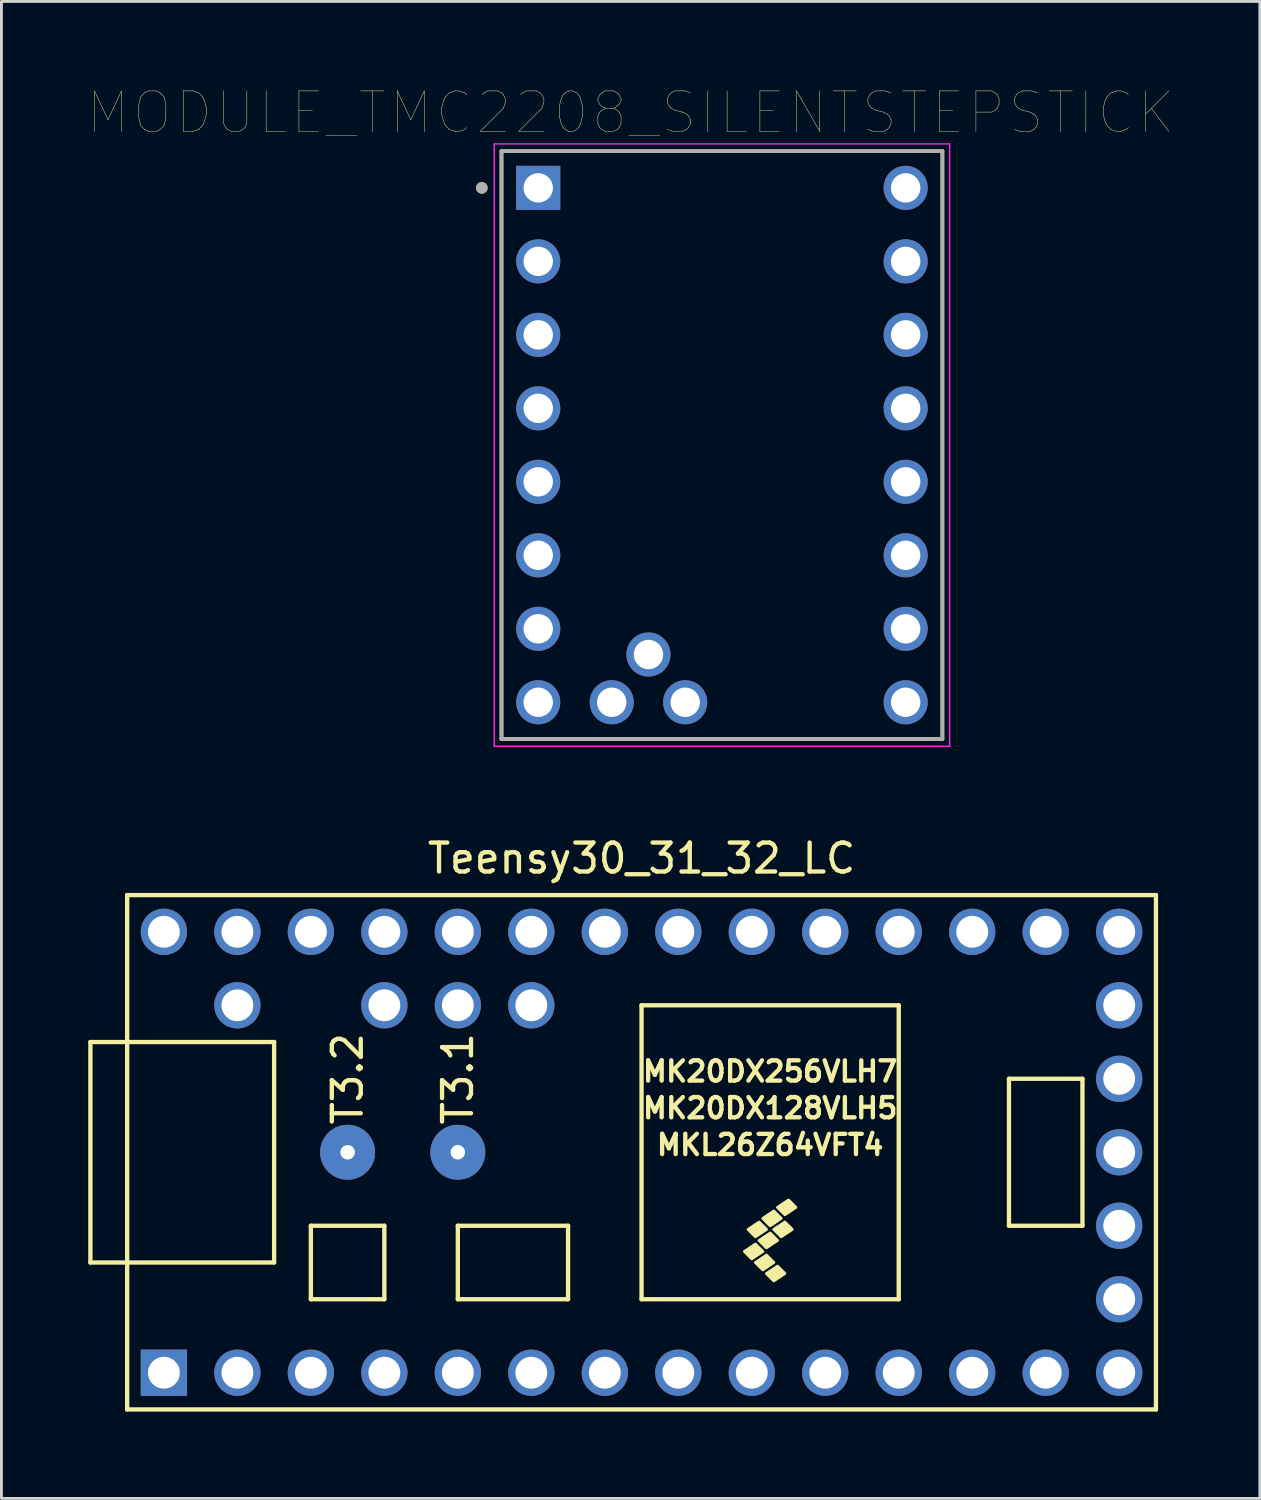
<source format=kicad_pcb>
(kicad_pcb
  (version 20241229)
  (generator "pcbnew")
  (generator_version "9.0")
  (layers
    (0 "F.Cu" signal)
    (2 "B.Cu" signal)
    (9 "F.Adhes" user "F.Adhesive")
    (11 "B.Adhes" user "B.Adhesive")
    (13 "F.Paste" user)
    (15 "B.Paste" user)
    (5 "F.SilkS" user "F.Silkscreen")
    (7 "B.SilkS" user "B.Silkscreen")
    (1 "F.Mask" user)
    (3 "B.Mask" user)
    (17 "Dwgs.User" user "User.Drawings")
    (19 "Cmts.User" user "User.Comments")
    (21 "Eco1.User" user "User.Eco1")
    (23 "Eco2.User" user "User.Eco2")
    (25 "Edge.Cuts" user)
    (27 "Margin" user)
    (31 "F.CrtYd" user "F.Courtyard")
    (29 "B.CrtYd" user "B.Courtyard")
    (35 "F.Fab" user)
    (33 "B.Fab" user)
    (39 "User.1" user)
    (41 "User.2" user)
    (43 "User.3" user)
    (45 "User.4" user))
  (footprint "MODULE_TMC2208_SILENTSTEPSTICK"
    (layer "F.Cu")
    (at 21.904 12.334)
    (property "Reference" "MODULE_TMC2208_SILENTSTEPSTICK" (at -3.155 -11.489 0) (layer "F.SilkS") (effects (font (size 1.4 1.4) (thickness 0.015))))
    (attr through_hole)
    (fp_line (start -7.62 -10.16) (end -7.62 10.16) (stroke (width 0.127) (type solid)) (layer "F.SilkS"))
    (fp_line (start -7.62 10.16) (end 7.62 10.16) (stroke (width 0.127) (type solid)) (layer "F.SilkS"))
    (fp_line (start 7.62 -10.16) (end -7.62 -10.16) (stroke (width 0.127) (type solid)) (layer "F.SilkS"))
    (fp_line (start 7.62 10.16) (end 7.62 -10.16) (stroke (width 0.127) (type solid)) (layer "F.SilkS"))
    (fp_circle (center -8.3 -8.89) (end -8.2 -8.89) (stroke (width 0.2) (type solid)) (fill no) (layer "F.SilkS"))
    (fp_line (start -7.87 -10.41) (end -7.87 10.41) (stroke (width 0.05) (type solid)) (layer "F.CrtYd"))
    (fp_line (start -7.87 -10.41) (end 7.87 -10.41) (stroke (width 0.05) (type solid)) (layer "F.CrtYd"))
    (fp_line (start -7.87 10.41) (end 7.87 10.41) (stroke (width 0.05) (type solid)) (layer "F.CrtYd"))
    (fp_line (start 7.87 -10.41) (end 7.87 10.41) (stroke (width 0.05) (type solid)) (layer "F.CrtYd"))
    (fp_line (start -7.62 -10.16) (end -7.62 10.16) (stroke (width 0.127) (type solid)) (layer "F.Fab"))
    (fp_line (start -7.62 10.16) (end 7.62 10.16) (stroke (width 0.127) (type solid)) (layer "F.Fab"))
    (fp_line (start 7.62 -10.16) (end -7.62 -10.16) (stroke (width 0.127) (type solid)) (layer "F.Fab"))
    (fp_line (start 7.62 10.16) (end 7.62 -10.16) (stroke (width 0.127) (type solid)) (layer "F.Fab"))
    (fp_circle (center -8.3 -8.89) (end -8.2 -8.89) (stroke (width 0.2) (type solid)) (fill no) (layer "F.Fab"))
    (pad "JP1_1" thru_hole rect (at -6.35 -8.89) (size 1.524 1.524) (drill 1.016) (layers "*.Cu" "*.Mask"))
    (pad "JP1_2" thru_hole circle (at -6.35 -6.35) (size 1.524 1.524) (drill 1.016) (layers "*.Cu" "*.Mask"))
    (pad "JP1_3" thru_hole circle (at -6.35 -3.81) (size 1.524 1.524) (drill 1.016) (layers "*.Cu" "*.Mask"))
    (pad "JP1_4" thru_hole circle (at -6.35 -1.27) (size 1.524 1.524) (drill 1.016) (layers "*.Cu" "*.Mask"))
    (pad "JP1_5" thru_hole circle (at -6.35 1.27) (size 1.524 1.524) (drill 1.016) (layers "*.Cu" "*.Mask"))
    (pad "JP1_6" thru_hole circle (at -6.35 3.81) (size 1.524 1.524) (drill 1.016) (layers "*.Cu" "*.Mask"))
    (pad "JP1_7" thru_hole circle (at -6.35 6.35) (size 1.524 1.524) (drill 1.016) (layers "*.Cu" "*.Mask"))
    (pad "JP1_8" thru_hole circle (at -6.35 8.89) (size 1.524 1.524) (drill 1.016) (layers "*.Cu" "*.Mask"))
    (pad "JP2_1" thru_hole circle (at 6.35 8.89) (size 1.524 1.524) (drill 1.016) (layers "*.Cu" "*.Mask"))
    (pad "JP2_2" thru_hole circle (at 6.35 6.35) (size 1.524 1.524) (drill 1.016) (layers "*.Cu" "*.Mask"))
    (pad "JP2_3" thru_hole circle (at 6.35 3.81) (size 1.524 1.524) (drill 1.016) (layers "*.Cu" "*.Mask"))
    (pad "JP2_4" thru_hole circle (at 6.35 1.27) (size 1.524 1.524) (drill 1.016) (layers "*.Cu" "*.Mask"))
    (pad "JP2_5" thru_hole circle (at 6.35 -1.27) (size 1.524 1.524) (drill 1.016) (layers "*.Cu" "*.Mask"))
    (pad "JP2_6" thru_hole circle (at 6.35 -3.81) (size 1.524 1.524) (drill 1.016) (layers "*.Cu" "*.Mask"))
    (pad "JP2_7" thru_hole circle (at 6.35 -6.35) (size 1.524 1.524) (drill 1.016) (layers "*.Cu" "*.Mask"))
    (pad "JP2_8" thru_hole circle (at 6.35 -8.89) (size 1.524 1.524) (drill 1.016) (layers "*.Cu" "*.Mask"))
    (pad "JP3_1" thru_hole circle (at -2.54 7.239) (size 1.524 1.524) (drill 1.016) (layers "*.Cu" "*.Mask"))
    (pad "JP4_1" thru_hole circle (at -1.27 8.89) (size 1.524 1.524) (drill 1.016) (layers "*.Cu" "*.Mask"))
    (pad "JP5_1" thru_hole circle (at -3.81 8.89) (size 1.524 1.524) (drill 1.016) (layers "*.Cu" "*.Mask")))
  (footprint "Teensy30_31_32_LC"
    (layer "F.Cu")
    (at 19.125 36.778)
    (property "Reference" "Teensy30_31_32_LC" (at 0 -10.16 0) (layer "F.SilkS") (effects (font (size 1 1) (thickness 0.15))))
    (attr through_hole)
    (fp_line (start -19.05 -3.81) (end -17.78 -3.81) (stroke (width 0.15) (type solid)) (layer "F.SilkS"))
    (fp_line (start -19.05 3.81) (end -19.05 -3.81) (stroke (width 0.15) (type solid)) (layer "F.SilkS"))
    (fp_line (start -17.78 -8.89) (end 17.78 -8.89) (stroke (width 0.15) (type solid)) (layer "F.SilkS"))
    (fp_line (start -17.78 3.81) (end -19.05 3.81) (stroke (width 0.15) (type solid)) (layer "F.SilkS"))
    (fp_line (start -17.78 8.89) (end -17.78 -8.89) (stroke (width 0.15) (type solid)) (layer "F.SilkS"))
    (fp_line (start -12.7 -3.81) (end -17.78 -3.81) (stroke (width 0.15) (type solid)) (layer "F.SilkS"))
    (fp_line (start -12.7 3.81) (end -17.78 3.81) (stroke (width 0.15) (type solid)) (layer "F.SilkS"))
    (fp_line (start -12.7 3.81) (end -12.7 -3.81) (stroke (width 0.15) (type solid)) (layer "F.SilkS"))
    (fp_line (start -11.43 2.54) (end -11.43 5.08) (stroke (width 0.15) (type solid)) (layer "F.SilkS"))
    (fp_line (start -11.43 5.08) (end -8.89 5.08) (stroke (width 0.15) (type solid)) (layer "F.SilkS"))
    (fp_line (start -8.89 2.54) (end -11.43 2.54) (stroke (width 0.15) (type solid)) (layer "F.SilkS"))
    (fp_line (start -8.89 5.08) (end -8.89 2.54) (stroke (width 0.15) (type solid)) (layer "F.SilkS"))
    (fp_line (start -6.35 2.54) (end -6.35 5.08) (stroke (width 0.15) (type solid)) (layer "F.SilkS"))
    (fp_line (start -6.35 5.08) (end -2.54 5.08) (stroke (width 0.15) (type solid)) (layer "F.SilkS"))
    (fp_line (start -2.54 2.54) (end -6.35 2.54) (stroke (width 0.15) (type solid)) (layer "F.SilkS"))
    (fp_line (start -2.54 5.08) (end -2.54 2.54) (stroke (width 0.15) (type solid)) (layer "F.SilkS"))
    (fp_line (start 0 -5.08) (end 0 5.08) (stroke (width 0.15) (type solid)) (layer "F.SilkS"))
    (fp_line (start 8.89 -5.08) (end 0 -5.08) (stroke (width 0.15) (type solid)) (layer "F.SilkS"))
    (fp_line (start 8.89 5.08) (end 0 5.08) (stroke (width 0.15) (type solid)) (layer "F.SilkS"))
    (fp_line (start 8.89 5.08) (end 8.89 -5.08) (stroke (width 0.15) (type solid)) (layer "F.SilkS"))
    (fp_line (start 12.7 -2.54) (end 15.24 -2.54) (stroke (width 0.15) (type solid)) (layer "F.SilkS"))
    (fp_line (start 12.7 2.54) (end 12.7 -2.54) (stroke (width 0.15) (type solid)) (layer "F.SilkS"))
    (fp_line (start 15.24 -2.54) (end 15.24 2.54) (stroke (width 0.15) (type solid)) (layer "F.SilkS"))
    (fp_line (start 15.24 2.54) (end 12.7 2.54) (stroke (width 0.15) (type solid)) (layer "F.SilkS"))
    (fp_line (start 17.78 -8.89) (end 17.78 8.89) (stroke (width 0.15) (type solid)) (layer "F.SilkS"))
    (fp_line (start 17.78 8.89) (end -17.78 8.89) (stroke (width 0.15) (type solid)) (layer "F.SilkS"))
    (fp_poly (pts (xy 3.81 3.683) (xy 3.556 3.429) (xy 3.937 3.175) (xy 4.191 3.429)) (stroke (width 0.1) (type solid)) (fill yes) (layer "F.SilkS"))
    (fp_poly (pts (xy 3.937 2.921) (xy 3.683 2.667) (xy 4.064 2.413) (xy 4.318 2.667)) (stroke (width 0.1) (type solid)) (fill yes) (layer "F.SilkS"))
    (fp_poly (pts (xy 4.191 4.064) (xy 3.937 3.81) (xy 4.318 3.556) (xy 4.572 3.81)) (stroke (width 0.1) (type solid)) (fill yes) (layer "F.SilkS"))
    (fp_poly (pts (xy 4.318 3.302) (xy 4.064 3.048) (xy 4.445 2.794) (xy 4.699 3.048)) (stroke (width 0.1) (type solid)) (fill yes) (layer "F.SilkS"))
    (fp_poly (pts (xy 4.445 2.54) (xy 4.191 2.286) (xy 4.572 2.032) (xy 4.826 2.286)) (stroke (width 0.1) (type solid)) (fill yes) (layer "F.SilkS"))
    (fp_poly (pts (xy 4.572 4.445) (xy 4.318 4.191) (xy 4.699 3.937) (xy 4.953 4.191)) (stroke (width 0.1) (type solid)) (fill yes) (layer "F.SilkS"))
    (fp_poly (pts (xy 4.826 2.921) (xy 4.572 2.667) (xy 4.953 2.413) (xy 5.207 2.667)) (stroke (width 0.1) (type solid)) (fill yes) (layer "F.SilkS"))
    (fp_poly (pts (xy 4.953 2.159) (xy 4.699 1.905) (xy 5.08 1.651) (xy 5.334 1.905)) (stroke (width 0.1) (type solid)) (fill yes) (layer "F.SilkS"))
    (fp_text user "MK20DX128VLH5" (at 4.445 -1.524 0) (layer "F.SilkS") (effects (font (size 0.7 0.7) (thickness 0.15))))
    (fp_text user "MKL26Z64VFT4" (at 4.445 -0.254 0) (layer "F.SilkS") (effects (font (size 0.7 0.7) (thickness 0.15))))
    (fp_text user "T3.1" (at -6.35 -2.54 90) (layer "F.SilkS") (effects (font (size 1 1) (thickness 0.15))))
    (fp_text user "T3.2" (at -10.16 -2.54 90) (layer "F.SilkS") (effects (font (size 1 1) (thickness 0.15))))
    (fp_text user "MK20DX256VLH7" (at 4.445 -2.794 0) (layer "F.SilkS") (effects (font (size 0.7 0.7) (thickness 0.15))))
    (pad "1" thru_hole rect (at -16.51 7.62) (size 1.6 1.6) (drill 1.1) (layers "*.Cu" "*.Mask"))
    (pad "2" thru_hole circle (at -13.97 7.62) (size 1.6 1.6) (drill 1.1) (layers "*.Cu" "*.Mask"))
    (pad "3" thru_hole circle (at -11.43 7.62) (size 1.6 1.6) (drill 1.1) (layers "*.Cu" "*.Mask"))
    (pad "4" thru_hole circle (at -8.89 7.62) (size 1.6 1.6) (drill 1.1) (layers "*.Cu" "*.Mask"))
    (pad "5" thru_hole circle (at -6.35 7.62) (size 1.6 1.6) (drill 1.1) (layers "*.Cu" "*.Mask"))
    (pad "6" thru_hole circle (at -3.81 7.62) (size 1.6 1.6) (drill 1.1) (layers "*.Cu" "*.Mask"))
    (pad "7" thru_hole circle (at -1.27 7.62) (size 1.6 1.6) (drill 1.1) (layers "*.Cu" "*.Mask"))
    (pad "8" thru_hole circle (at 1.27 7.62) (size 1.6 1.6) (drill 1.1) (layers "*.Cu" "*.Mask"))
    (pad "9" thru_hole circle (at 3.81 7.62) (size 1.6 1.6) (drill 1.1) (layers "*.Cu" "*.Mask"))
    (pad "10" thru_hole circle (at 6.35 7.62) (size 1.6 1.6) (drill 1.1) (layers "*.Cu" "*.Mask"))
    (pad "11" thru_hole circle (at 8.89 7.62) (size 1.6 1.6) (drill 1.1) (layers "*.Cu" "*.Mask"))
    (pad "12" thru_hole circle (at 11.43 7.62) (size 1.6 1.6) (drill 1.1) (layers "*.Cu" "*.Mask"))
    (pad "13" thru_hole circle (at 13.97 7.62) (size 1.6 1.6) (drill 1.1) (layers "*.Cu" "*.Mask"))
    (pad "14" thru_hole circle (at 16.51 7.62) (size 1.6 1.6) (drill 1.1) (layers "*.Cu" "*.Mask"))
    (pad "15" thru_hole circle (at 16.51 5.08) (size 1.6 1.6) (drill 1.1) (layers "*.Cu" "*.Mask"))
    (pad "16" thru_hole circle (at 16.51 2.54) (size 1.6 1.6) (drill 1.1) (layers "*.Cu" "*.Mask"))
    (pad "17" thru_hole circle (at 16.51 0) (size 1.6 1.6) (drill 1.1) (layers "*.Cu" "*.Mask"))
    (pad "18" thru_hole circle (at 16.51 -2.54) (size 1.6 1.6) (drill 1.1) (layers "*.Cu" "*.Mask"))
    (pad "19" thru_hole circle (at 16.51 -5.08) (size 1.6 1.6) (drill 1.1) (layers "*.Cu" "*.Mask"))
    (pad "20" thru_hole circle (at 16.51 -7.62) (size 1.6 1.6) (drill 1.1) (layers "*.Cu" "*.Mask"))
    (pad "21" thru_hole circle (at 13.97 -7.62) (size 1.6 1.6) (drill 1.1) (layers "*.Cu" "*.Mask"))
    (pad "22" thru_hole circle (at 11.43 -7.62) (size 1.6 1.6) (drill 1.1) (layers "*.Cu" "*.Mask"))
    (pad "23" thru_hole circle (at 8.89 -7.62) (size 1.6 1.6) (drill 1.1) (layers "*.Cu" "*.Mask"))
    (pad "24" thru_hole circle (at 6.35 -7.62) (size 1.6 1.6) (drill 1.1) (layers "*.Cu" "*.Mask"))
    (pad "25" thru_hole circle (at 3.81 -7.62) (size 1.6 1.6) (drill 1.1) (layers "*.Cu" "*.Mask"))
    (pad "26" thru_hole circle (at 1.27 -7.62) (size 1.6 1.6) (drill 1.1) (layers "*.Cu" "*.Mask"))
    (pad "27" thru_hole circle (at -1.27 -7.62) (size 1.6 1.6) (drill 1.1) (layers "*.Cu" "*.Mask"))
    (pad "28" thru_hole circle (at -3.81 -7.62) (size 1.6 1.6) (drill 1.1) (layers "*.Cu" "*.Mask"))
    (pad "29" thru_hole circle (at -6.35 -7.62) (size 1.6 1.6) (drill 1.1) (layers "*.Cu" "*.Mask"))
    (pad "30" thru_hole circle (at -8.89 -7.62) (size 1.6 1.6) (drill 1.1) (layers "*.Cu" "*.Mask"))
    (pad "31" thru_hole circle (at -11.43 -7.62) (size 1.6 1.6) (drill 1.1) (layers "*.Cu" "*.Mask"))
    (pad "32" thru_hole circle (at -13.97 -7.62) (size 1.6 1.6) (drill 1.1) (layers "*.Cu" "*.Mask"))
    (pad "33" thru_hole circle (at -16.51 -7.62) (size 1.6 1.6) (drill 1.1) (layers "*.Cu" "*.Mask"))
    (pad "34" thru_hole circle (at -13.97 -5.08) (size 1.6 1.6) (drill 1.1) (layers "*.Cu" "*.Mask"))
    (pad "35" thru_hole circle (at -8.89 -5.08) (size 1.6 1.6) (drill 1.1) (layers "*.Cu" "*.Mask"))
    (pad "36" thru_hole circle (at -6.35 -5.08) (size 1.6 1.6) (drill 1.1) (layers "*.Cu" "*.Mask"))
    (pad "37" thru_hole circle (at -3.81 -5.08) (size 1.6 1.6) (drill 1.1) (layers "*.Cu" "*.Mask"))
    (pad "52" thru_hole circle (at -10.16 0) (size 1.9 1.9) (drill 0.5) (layers "*.Cu" "*.Mask"))
    (pad "52" thru_hole circle (at -6.35 0) (size 1.9 1.9) (drill 0.5) (layers "*.Cu" "*.Mask")))
  (gr_rect
    (start -3 -3)
    (end 40.498 48.743)
    (stroke (width 0.1) (type default))
    (fill no)
    (layer "Edge.Cuts")))
</source>
